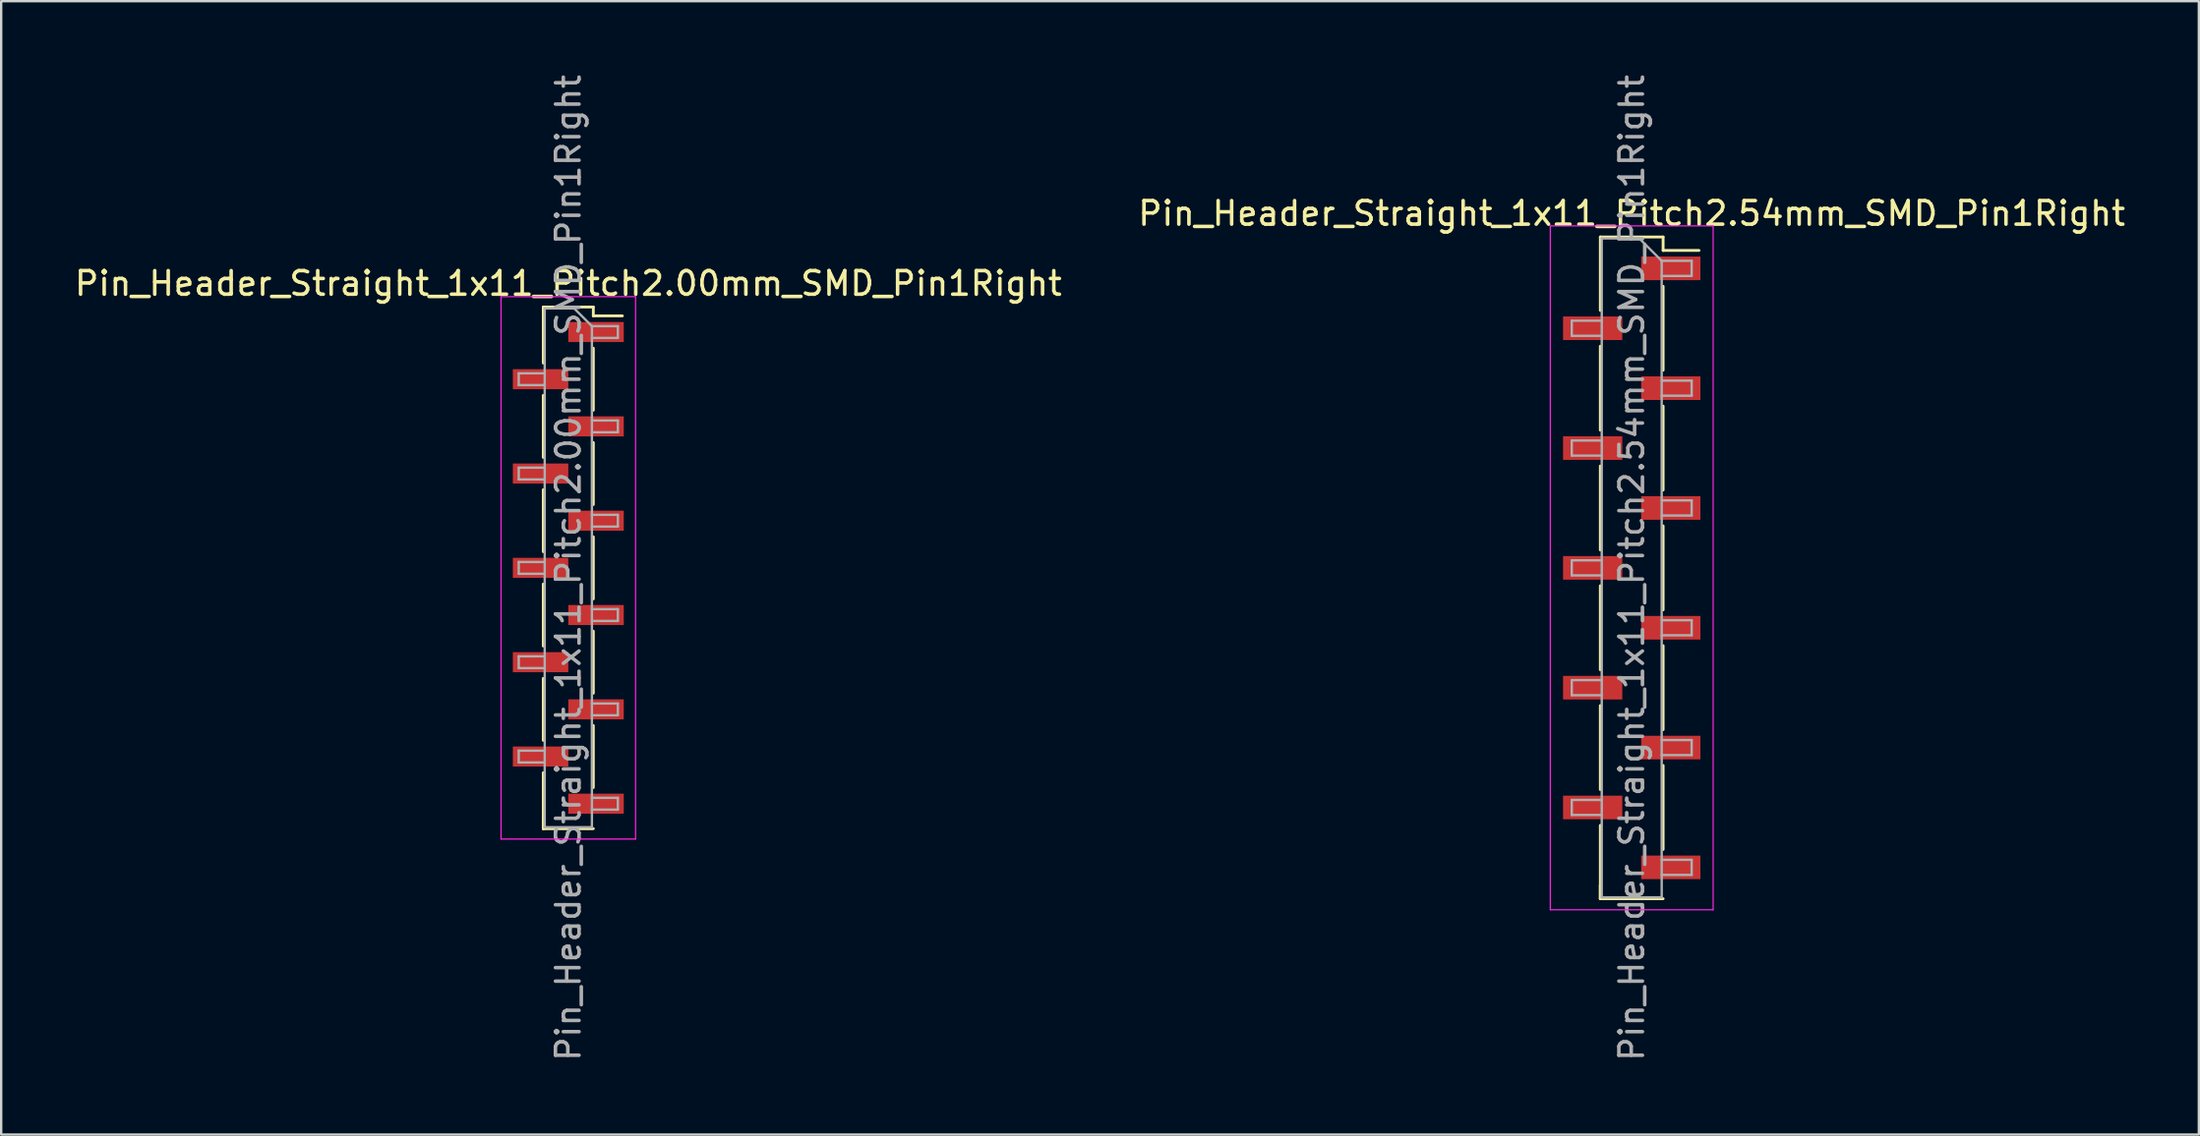
<source format=kicad_pcb>
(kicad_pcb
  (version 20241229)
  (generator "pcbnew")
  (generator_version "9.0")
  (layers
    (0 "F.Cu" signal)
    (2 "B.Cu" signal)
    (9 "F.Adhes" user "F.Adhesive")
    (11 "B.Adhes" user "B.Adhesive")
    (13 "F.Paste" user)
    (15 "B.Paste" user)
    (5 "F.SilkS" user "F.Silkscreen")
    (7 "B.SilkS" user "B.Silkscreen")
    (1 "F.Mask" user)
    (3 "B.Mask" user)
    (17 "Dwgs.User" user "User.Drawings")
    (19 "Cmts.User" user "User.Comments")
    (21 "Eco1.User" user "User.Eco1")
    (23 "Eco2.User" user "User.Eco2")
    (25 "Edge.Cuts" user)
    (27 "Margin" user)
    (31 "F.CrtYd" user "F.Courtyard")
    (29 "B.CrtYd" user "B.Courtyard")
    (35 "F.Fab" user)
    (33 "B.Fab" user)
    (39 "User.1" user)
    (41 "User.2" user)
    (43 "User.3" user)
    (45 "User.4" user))
  (footprint "Pin_Header_Straight_1x11_Pitch2.54mm_SMD_Pin1Right"
    (layer "F.Cu")
    (at 66.089 21.03)
    (property "Reference" "Pin_Header_Straight_1x11_Pitch2.54mm_SMD_Pin1Right" (at 0 -15.03 0) (layer "F.SilkS") (effects (font (size 1 1) (thickness 0.15))))
    (attr smd)
    (fp_line (start -1.33 -14.03) (end -1.33 -10.92) (stroke (width 0.12) (type solid)) (layer "F.SilkS"))
    (fp_line (start -1.33 -14.03) (end 1.33 -14.03) (stroke (width 0.12) (type solid)) (layer "F.SilkS"))
    (fp_line (start -1.33 -9.4) (end -1.33 -5.84) (stroke (width 0.12) (type solid)) (layer "F.SilkS"))
    (fp_line (start -1.33 -4.32) (end -1.33 -0.76) (stroke (width 0.12) (type solid)) (layer "F.SilkS"))
    (fp_line (start -1.33 0.76) (end -1.33 4.32) (stroke (width 0.12) (type solid)) (layer "F.SilkS"))
    (fp_line (start -1.33 5.84) (end -1.33 9.4) (stroke (width 0.12) (type solid)) (layer "F.SilkS"))
    (fp_line (start -1.33 10.92) (end -1.33 14.03) (stroke (width 0.12) (type solid)) (layer "F.SilkS"))
    (fp_line (start -1.33 13.46) (end -1.33 14.03) (stroke (width 0.12) (type solid)) (layer "F.SilkS"))
    (fp_line (start -1.33 14.03) (end 1.33 14.03) (stroke (width 0.12) (type solid)) (layer "F.SilkS"))
    (fp_line (start 1.33 -14.03) (end 1.33 -13.46) (stroke (width 0.12) (type solid)) (layer "F.SilkS"))
    (fp_line (start 1.33 -13.46) (end 2.85 -13.46) (stroke (width 0.12) (type solid)) (layer "F.SilkS"))
    (fp_line (start 1.33 -11.94) (end 1.33 -8.38) (stroke (width 0.12) (type solid)) (layer "F.SilkS"))
    (fp_line (start 1.33 -6.86) (end 1.33 -3.3) (stroke (width 0.12) (type solid)) (layer "F.SilkS"))
    (fp_line (start 1.33 -1.78) (end 1.33 1.78) (stroke (width 0.12) (type solid)) (layer "F.SilkS"))
    (fp_line (start 1.33 3.3) (end 1.33 6.86) (stroke (width 0.12) (type solid)) (layer "F.SilkS"))
    (fp_line (start 1.33 8.38) (end 1.33 11.94) (stroke (width 0.12) (type solid)) (layer "F.SilkS"))
    (fp_line (start -3.45 -14.5) (end -3.45 14.5) (stroke (width 0.05) (type solid)) (layer "F.CrtYd"))
    (fp_line (start -3.45 14.5) (end 3.45 14.5) (stroke (width 0.05) (type solid)) (layer "F.CrtYd"))
    (fp_line (start 3.45 -14.5) (end -3.45 -14.5) (stroke (width 0.05) (type solid)) (layer "F.CrtYd"))
    (fp_line (start 3.45 14.5) (end 3.45 -14.5) (stroke (width 0.05) (type solid)) (layer "F.CrtYd"))
    (fp_line (start -2.54 -10.48) (end -2.54 -9.84) (stroke (width 0.1) (type solid)) (layer "F.Fab"))
    (fp_line (start -2.54 -9.84) (end -1.27 -9.84) (stroke (width 0.1) (type solid)) (layer "F.Fab"))
    (fp_line (start -2.54 -5.4) (end -2.54 -4.76) (stroke (width 0.1) (type solid)) (layer "F.Fab"))
    (fp_line (start -2.54 -4.76) (end -1.27 -4.76) (stroke (width 0.1) (type solid)) (layer "F.Fab"))
    (fp_line (start -2.54 -0.32) (end -2.54 0.32) (stroke (width 0.1) (type solid)) (layer "F.Fab"))
    (fp_line (start -2.54 0.32) (end -1.27 0.32) (stroke (width 0.1) (type solid)) (layer "F.Fab"))
    (fp_line (start -2.54 4.76) (end -2.54 5.4) (stroke (width 0.1) (type solid)) (layer "F.Fab"))
    (fp_line (start -2.54 5.4) (end -1.27 5.4) (stroke (width 0.1) (type solid)) (layer "F.Fab"))
    (fp_line (start -2.54 9.84) (end -2.54 10.48) (stroke (width 0.1) (type solid)) (layer "F.Fab"))
    (fp_line (start -2.54 10.48) (end -1.27 10.48) (stroke (width 0.1) (type solid)) (layer "F.Fab"))
    (fp_line (start -1.27 -13.97) (end -1.27 13.97) (stroke (width 0.1) (type solid)) (layer "F.Fab"))
    (fp_line (start -1.27 -13.97) (end 0.32 -13.97) (stroke (width 0.1) (type solid)) (layer "F.Fab"))
    (fp_line (start -1.27 -10.48) (end -2.54 -10.48) (stroke (width 0.1) (type solid)) (layer "F.Fab"))
    (fp_line (start -1.27 -5.4) (end -2.54 -5.4) (stroke (width 0.1) (type solid)) (layer "F.Fab"))
    (fp_line (start -1.27 -0.32) (end -2.54 -0.32) (stroke (width 0.1) (type solid)) (layer "F.Fab"))
    (fp_line (start -1.27 4.76) (end -2.54 4.76) (stroke (width 0.1) (type solid)) (layer "F.Fab"))
    (fp_line (start -1.27 9.84) (end -2.54 9.84) (stroke (width 0.1) (type solid)) (layer "F.Fab"))
    (fp_line (start 1.27 -13.02) (end 0.32 -13.97) (stroke (width 0.1) (type solid)) (layer "F.Fab"))
    (fp_line (start 1.27 -13.02) (end 2.54 -13.02) (stroke (width 0.1) (type solid)) (layer "F.Fab"))
    (fp_line (start 1.27 -7.94) (end 2.54 -7.94) (stroke (width 0.1) (type solid)) (layer "F.Fab"))
    (fp_line (start 1.27 -2.86) (end 2.54 -2.86) (stroke (width 0.1) (type solid)) (layer "F.Fab"))
    (fp_line (start 1.27 2.22) (end 2.54 2.22) (stroke (width 0.1) (type solid)) (layer "F.Fab"))
    (fp_line (start 1.27 7.3) (end 2.54 7.3) (stroke (width 0.1) (type solid)) (layer "F.Fab"))
    (fp_line (start 1.27 12.38) (end 2.54 12.38) (stroke (width 0.1) (type solid)) (layer "F.Fab"))
    (fp_line (start 1.27 13.97) (end -1.27 13.97) (stroke (width 0.1) (type solid)) (layer "F.Fab"))
    (fp_line (start 1.27 13.97) (end 1.27 -13.02) (stroke (width 0.1) (type solid)) (layer "F.Fab"))
    (fp_line (start 2.54 -13.02) (end 2.54 -12.38) (stroke (width 0.1) (type solid)) (layer "F.Fab"))
    (fp_line (start 2.54 -12.38) (end 1.27 -12.38) (stroke (width 0.1) (type solid)) (layer "F.Fab"))
    (fp_line (start 2.54 -7.94) (end 2.54 -7.3) (stroke (width 0.1) (type solid)) (layer "F.Fab"))
    (fp_line (start 2.54 -7.3) (end 1.27 -7.3) (stroke (width 0.1) (type solid)) (layer "F.Fab"))
    (fp_line (start 2.54 -2.86) (end 2.54 -2.22) (stroke (width 0.1) (type solid)) (layer "F.Fab"))
    (fp_line (start 2.54 -2.22) (end 1.27 -2.22) (stroke (width 0.1) (type solid)) (layer "F.Fab"))
    (fp_line (start 2.54 2.22) (end 2.54 2.86) (stroke (width 0.1) (type solid)) (layer "F.Fab"))
    (fp_line (start 2.54 2.86) (end 1.27 2.86) (stroke (width 0.1) (type solid)) (layer "F.Fab"))
    (fp_line (start 2.54 7.3) (end 2.54 7.94) (stroke (width 0.1) (type solid)) (layer "F.Fab"))
    (fp_line (start 2.54 7.94) (end 1.27 7.94) (stroke (width 0.1) (type solid)) (layer "F.Fab"))
    (fp_line (start 2.54 12.38) (end 2.54 13.02) (stroke (width 0.1) (type solid)) (layer "F.Fab"))
    (fp_line (start 2.54 13.02) (end 1.27 13.02) (stroke (width 0.1) (type solid)) (layer "F.Fab"))
    (fp_text user "${REFERENCE}" (at 0 0 90) (layer "F.Fab") (effects (font (size 1 1) (thickness 0.15))))
    (pad "1" smd rect (at 1.655 -12.7) (size 2.51 1) (layers "F.Cu" "F.Mask" "F.Paste"))
    (pad "2" smd rect (at -1.655 -10.16) (size 2.51 1) (layers "F.Cu" "F.Mask" "F.Paste"))
    (pad "3" smd rect (at 1.655 -7.62) (size 2.51 1) (layers "F.Cu" "F.Mask" "F.Paste"))
    (pad "4" smd rect (at -1.655 -5.08) (size 2.51 1) (layers "F.Cu" "F.Mask" "F.Paste"))
    (pad "5" smd rect (at 1.655 -2.54) (size 2.51 1) (layers "F.Cu" "F.Mask" "F.Paste"))
    (pad "6" smd rect (at -1.655 0) (size 2.51 1) (layers "F.Cu" "F.Mask" "F.Paste"))
    (pad "7" smd rect (at 1.655 2.54) (size 2.51 1) (layers "F.Cu" "F.Mask" "F.Paste"))
    (pad "8" smd rect (at -1.655 5.08) (size 2.51 1) (layers "F.Cu" "F.Mask" "F.Paste"))
    (pad "9" smd rect (at 1.655 7.62) (size 2.51 1) (layers "F.Cu" "F.Mask" "F.Paste"))
    (pad "10" smd rect (at -1.655 10.16) (size 2.51 1) (layers "F.Cu" "F.Mask" "F.Paste"))
    (pad "11" smd rect (at 1.655 12.7) (size 2.51 1) (layers "F.Cu" "F.Mask" "F.Paste")))
  (footprint "Pin_Header_Straight_1x11_Pitch2.00mm_SMD_Pin1Right"
    (layer "F.Cu")
    (at 21.03 21.03)
    (property "Reference" "Pin_Header_Straight_1x11_Pitch2.00mm_SMD_Pin1Right" (at 0 -12.06 0) (layer "F.SilkS") (effects (font (size 1 1) (thickness 0.15))))
    (attr smd)
    (fp_line (start -1.06 -11.06) (end -1.06 -8.685) (stroke (width 0.12) (type solid)) (layer "F.SilkS"))
    (fp_line (start -1.06 -11.06) (end 1.06 -11.06) (stroke (width 0.12) (type solid)) (layer "F.SilkS"))
    (fp_line (start -1.06 -7.315) (end -1.06 -4.685) (stroke (width 0.12) (type solid)) (layer "F.SilkS"))
    (fp_line (start -1.06 -3.315) (end -1.06 -0.685) (stroke (width 0.12) (type solid)) (layer "F.SilkS"))
    (fp_line (start -1.06 0.685) (end -1.06 3.315) (stroke (width 0.12) (type solid)) (layer "F.SilkS"))
    (fp_line (start -1.06 4.685) (end -1.06 7.315) (stroke (width 0.12) (type solid)) (layer "F.SilkS"))
    (fp_line (start -1.06 8.685) (end -1.06 11.06) (stroke (width 0.12) (type solid)) (layer "F.SilkS"))
    (fp_line (start -1.06 10.685) (end -1.06 11.06) (stroke (width 0.12) (type solid)) (layer "F.SilkS"))
    (fp_line (start -1.06 11.06) (end 1.06 11.06) (stroke (width 0.12) (type solid)) (layer "F.SilkS"))
    (fp_line (start 1.06 -11.06) (end 1.06 -10.685) (stroke (width 0.12) (type solid)) (layer "F.SilkS"))
    (fp_line (start 1.06 -10.685) (end 2.29 -10.685) (stroke (width 0.12) (type solid)) (layer "F.SilkS"))
    (fp_line (start 1.06 -9.315) (end 1.06 -6.685) (stroke (width 0.12) (type solid)) (layer "F.SilkS"))
    (fp_line (start 1.06 -5.315) (end 1.06 -2.685) (stroke (width 0.12) (type solid)) (layer "F.SilkS"))
    (fp_line (start 1.06 -1.315) (end 1.06 1.315) (stroke (width 0.12) (type solid)) (layer "F.SilkS"))
    (fp_line (start 1.06 2.685) (end 1.06 5.315) (stroke (width 0.12) (type solid)) (layer "F.SilkS"))
    (fp_line (start 1.06 6.685) (end 1.06 9.315) (stroke (width 0.12) (type solid)) (layer "F.SilkS"))
    (fp_line (start -2.85 -11.5) (end -2.85 11.5) (stroke (width 0.05) (type solid)) (layer "F.CrtYd"))
    (fp_line (start -2.85 11.5) (end 2.85 11.5) (stroke (width 0.05) (type solid)) (layer "F.CrtYd"))
    (fp_line (start 2.85 -11.5) (end -2.85 -11.5) (stroke (width 0.05) (type solid)) (layer "F.CrtYd"))
    (fp_line (start 2.85 11.5) (end 2.85 -11.5) (stroke (width 0.05) (type solid)) (layer "F.CrtYd"))
    (fp_line (start -2.1 -8.25) (end -2.1 -7.75) (stroke (width 0.1) (type solid)) (layer "F.Fab"))
    (fp_line (start -2.1 -7.75) (end -1 -7.75) (stroke (width 0.1) (type solid)) (layer "F.Fab"))
    (fp_line (start -2.1 -4.25) (end -2.1 -3.75) (stroke (width 0.1) (type solid)) (layer "F.Fab"))
    (fp_line (start -2.1 -3.75) (end -1 -3.75) (stroke (width 0.1) (type solid)) (layer "F.Fab"))
    (fp_line (start -2.1 -0.25) (end -2.1 0.25) (stroke (width 0.1) (type solid)) (layer "F.Fab"))
    (fp_line (start -2.1 0.25) (end -1 0.25) (stroke (width 0.1) (type solid)) (layer "F.Fab"))
    (fp_line (start -2.1 3.75) (end -2.1 4.25) (stroke (width 0.1) (type solid)) (layer "F.Fab"))
    (fp_line (start -2.1 4.25) (end -1 4.25) (stroke (width 0.1) (type solid)) (layer "F.Fab"))
    (fp_line (start -2.1 7.75) (end -2.1 8.25) (stroke (width 0.1) (type solid)) (layer "F.Fab"))
    (fp_line (start -2.1 8.25) (end -1 8.25) (stroke (width 0.1) (type solid)) (layer "F.Fab"))
    (fp_line (start -1 -11) (end -1 11) (stroke (width 0.1) (type solid)) (layer "F.Fab"))
    (fp_line (start -1 -11) (end 0.25 -11) (stroke (width 0.1) (type solid)) (layer "F.Fab"))
    (fp_line (start -1 -8.25) (end -2.1 -8.25) (stroke (width 0.1) (type solid)) (layer "F.Fab"))
    (fp_line (start -1 -4.25) (end -2.1 -4.25) (stroke (width 0.1) (type solid)) (layer "F.Fab"))
    (fp_line (start -1 -0.25) (end -2.1 -0.25) (stroke (width 0.1) (type solid)) (layer "F.Fab"))
    (fp_line (start -1 3.75) (end -2.1 3.75) (stroke (width 0.1) (type solid)) (layer "F.Fab"))
    (fp_line (start -1 7.75) (end -2.1 7.75) (stroke (width 0.1) (type solid)) (layer "F.Fab"))
    (fp_line (start 1 -10.25) (end 0.25 -11) (stroke (width 0.1) (type solid)) (layer "F.Fab"))
    (fp_line (start 1 -10.25) (end 2.1 -10.25) (stroke (width 0.1) (type solid)) (layer "F.Fab"))
    (fp_line (start 1 -6.25) (end 2.1 -6.25) (stroke (width 0.1) (type solid)) (layer "F.Fab"))
    (fp_line (start 1 -2.25) (end 2.1 -2.25) (stroke (width 0.1) (type solid)) (layer "F.Fab"))
    (fp_line (start 1 1.75) (end 2.1 1.75) (stroke (width 0.1) (type solid)) (layer "F.Fab"))
    (fp_line (start 1 5.75) (end 2.1 5.75) (stroke (width 0.1) (type solid)) (layer "F.Fab"))
    (fp_line (start 1 9.75) (end 2.1 9.75) (stroke (width 0.1) (type solid)) (layer "F.Fab"))
    (fp_line (start 1 11) (end -1 11) (stroke (width 0.1) (type solid)) (layer "F.Fab"))
    (fp_line (start 1 11) (end 1 -10.25) (stroke (width 0.1) (type solid)) (layer "F.Fab"))
    (fp_line (start 2.1 -10.25) (end 2.1 -9.75) (stroke (width 0.1) (type solid)) (layer "F.Fab"))
    (fp_line (start 2.1 -9.75) (end 1 -9.75) (stroke (width 0.1) (type solid)) (layer "F.Fab"))
    (fp_line (start 2.1 -6.25) (end 2.1 -5.75) (stroke (width 0.1) (type solid)) (layer "F.Fab"))
    (fp_line (start 2.1 -5.75) (end 1 -5.75) (stroke (width 0.1) (type solid)) (layer "F.Fab"))
    (fp_line (start 2.1 -2.25) (end 2.1 -1.75) (stroke (width 0.1) (type solid)) (layer "F.Fab"))
    (fp_line (start 2.1 -1.75) (end 1 -1.75) (stroke (width 0.1) (type solid)) (layer "F.Fab"))
    (fp_line (start 2.1 1.75) (end 2.1 2.25) (stroke (width 0.1) (type solid)) (layer "F.Fab"))
    (fp_line (start 2.1 2.25) (end 1 2.25) (stroke (width 0.1) (type solid)) (layer "F.Fab"))
    (fp_line (start 2.1 5.75) (end 2.1 6.25) (stroke (width 0.1) (type solid)) (layer "F.Fab"))
    (fp_line (start 2.1 6.25) (end 1 6.25) (stroke (width 0.1) (type solid)) (layer "F.Fab"))
    (fp_line (start 2.1 9.75) (end 2.1 10.25) (stroke (width 0.1) (type solid)) (layer "F.Fab"))
    (fp_line (start 2.1 10.25) (end 1 10.25) (stroke (width 0.1) (type solid)) (layer "F.Fab"))
    (fp_text user "${REFERENCE}" (at 0 0 90) (layer "F.Fab") (effects (font (size 1 1) (thickness 0.15))))
    (pad "1" smd rect (at 1.175 -10) (size 2.35 0.85) (layers "F.Cu" "F.Mask" "F.Paste"))
    (pad "2" smd rect (at -1.175 -8) (size 2.35 0.85) (layers "F.Cu" "F.Mask" "F.Paste"))
    (pad "3" smd rect (at 1.175 -6) (size 2.35 0.85) (layers "F.Cu" "F.Mask" "F.Paste"))
    (pad "4" smd rect (at -1.175 -4) (size 2.35 0.85) (layers "F.Cu" "F.Mask" "F.Paste"))
    (pad "5" smd rect (at 1.175 -2) (size 2.35 0.85) (layers "F.Cu" "F.Mask" "F.Paste"))
    (pad "6" smd rect (at -1.175 0) (size 2.35 0.85) (layers "F.Cu" "F.Mask" "F.Paste"))
    (pad "7" smd rect (at 1.175 2) (size 2.35 0.85) (layers "F.Cu" "F.Mask" "F.Paste"))
    (pad "8" smd rect (at -1.175 4) (size 2.35 0.85) (layers "F.Cu" "F.Mask" "F.Paste"))
    (pad "9" smd rect (at 1.175 6) (size 2.35 0.85) (layers "F.Cu" "F.Mask" "F.Paste"))
    (pad "10" smd rect (at -1.175 8) (size 2.35 0.85) (layers "F.Cu" "F.Mask" "F.Paste"))
    (pad "11" smd rect (at 1.175 10) (size 2.35 0.85) (layers "F.Cu" "F.Mask" "F.Paste")))
  (gr_rect
    (start -3 -3)
    (end 90.119 45.06)
    (stroke (width 0.1) (type default))
    (fill no)
    (layer "Edge.Cuts")))
</source>
